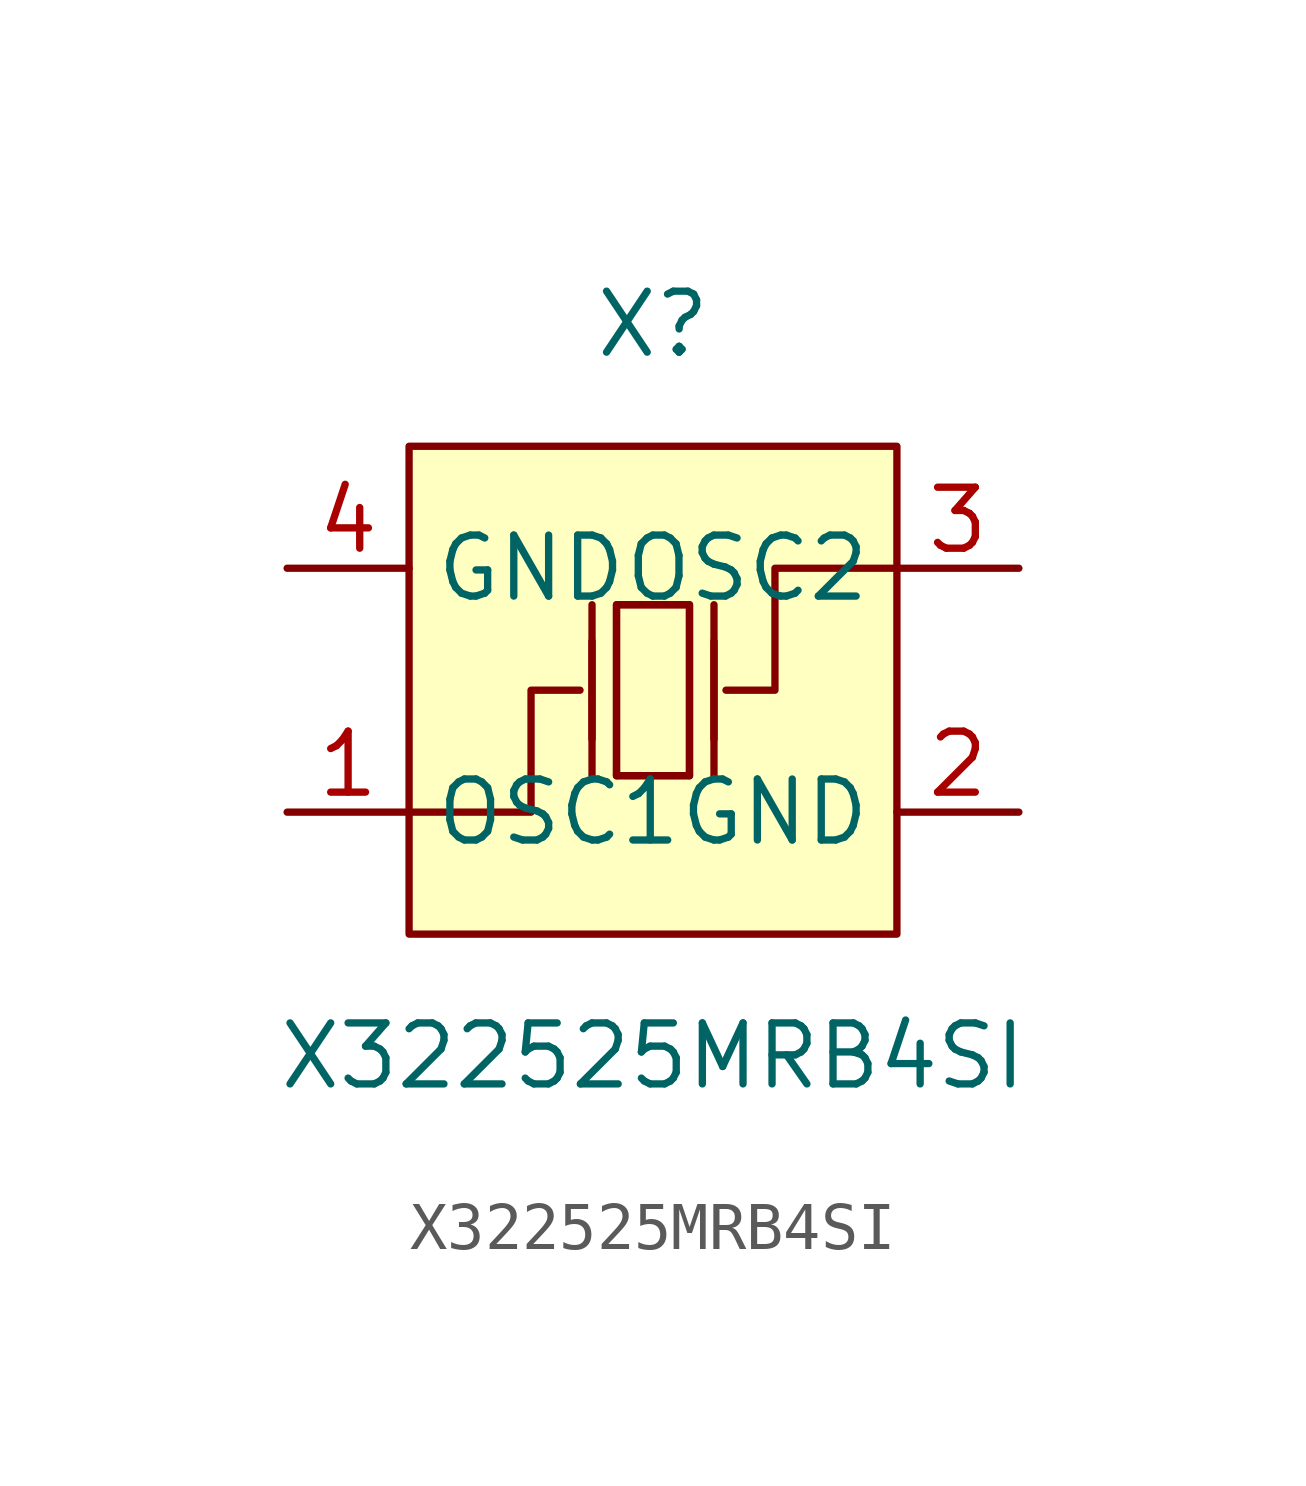
<source format=kicad_sym>
(kicad_symbol_lib
  (version 1)
  (generator "faebryk")
  (symbol "X322525MRB4SI"
    (property "Reference" "X"
      (at 0 7.62 0)
      (effects (font (size 1.27 1.27)) (hide no)))
    (property "Value" "X322525MRB4SI"
      (at 0 -7.62 0)
      (effects (font (size 1.27 1.27)) (hide no)))
    (symbol "X322525MRB4SI_0_1"
      (polyline (stroke (width 0) (type default) (color 0 0 0 0)) (fill (type none)) (pts (xy -1.27 -1.02) (xy -1.27 1.02)))
      (polyline (stroke (width 0) (type default) (color 0 0 0 0)) (fill (type none)) (pts (xy 0.76 -1.78) (xy -0.76 -1.78)))
      (polyline (stroke (width 0) (type default) (color 0 0 0 0)) (fill (type none)) (pts (xy 1.27 -1.02) (xy 1.27 1.02)))
      (polyline (stroke (width 0) (type default) (color 0 0 0 0)) (fill (type none)) (pts (xy -0.76 -1.78) (xy -0.76 1.78) (xy 0.76 1.78) (xy 0.76 -1.78)))
      (polyline (stroke (width 0) (type default) (color 0 0 0 0)) (fill (type none)) (pts (xy 5.08 2.54) (xy 2.54 2.54) (xy 2.54 0) (xy 1.52 0)))
      (polyline (stroke (width 0) (type default) (color 0 0 0 0)) (fill (type none)) (pts (xy -5.08 -2.54) (xy -2.54 -2.54) (xy -2.54 0) (xy -1.52 0)))
      (polyline (stroke (width 0) (type default) (color 0 0 0 0)) (fill (type none)) (pts (xy 1.27 -1.78) (xy 1.27 1.78)))
      (polyline (stroke (width 0) (type default) (color 0 0 0 0)) (fill (type none)) (pts (xy -1.27 -1.78) (xy -1.27 1.78)))
      (polyline (stroke (width 0) (type default) (color 0 0 0 0)) (fill (type background)) (pts (xy 0.76 1.78) (xy 0.76 -1.78) (xy -0.76 -1.78) (xy -0.76 1.78) (xy 0.76 1.78)))
      (rectangle (start -5.08 5.08) (end 5.08 -5.08) (stroke (width 0) (type default) (color 0 0 0 0)) (fill (type background)))
      (pin unspecified line (at -7.62 2.54 0) (length 2.54) (name "GND" (effects (font (size 1.27 1.27)) (hide no))) (number "4" (effects (font (size 1.27 1.27)) (hide no))))
      (pin unspecified line (at 7.62 -2.54 180) (length 2.54) (name "GND" (effects (font (size 1.27 1.27)) (hide no))) (number "2" (effects (font (size 1.27 1.27)) (hide no))))
      (pin unspecified line (at -7.62 -2.54 0) (length 2.54) (name "OSC1" (effects (font (size 1.27 1.27)) (hide no))) (number "1" (effects (font (size 1.27 1.27)) (hide no))))
      (pin unspecified line (at 7.62 2.54 180) (length 2.54) (name "OSC2" (effects (font (size 1.27 1.27)) (hide no))) (number "3" (effects (font (size 1.27 1.27)) (hide no)))))))
</source>
